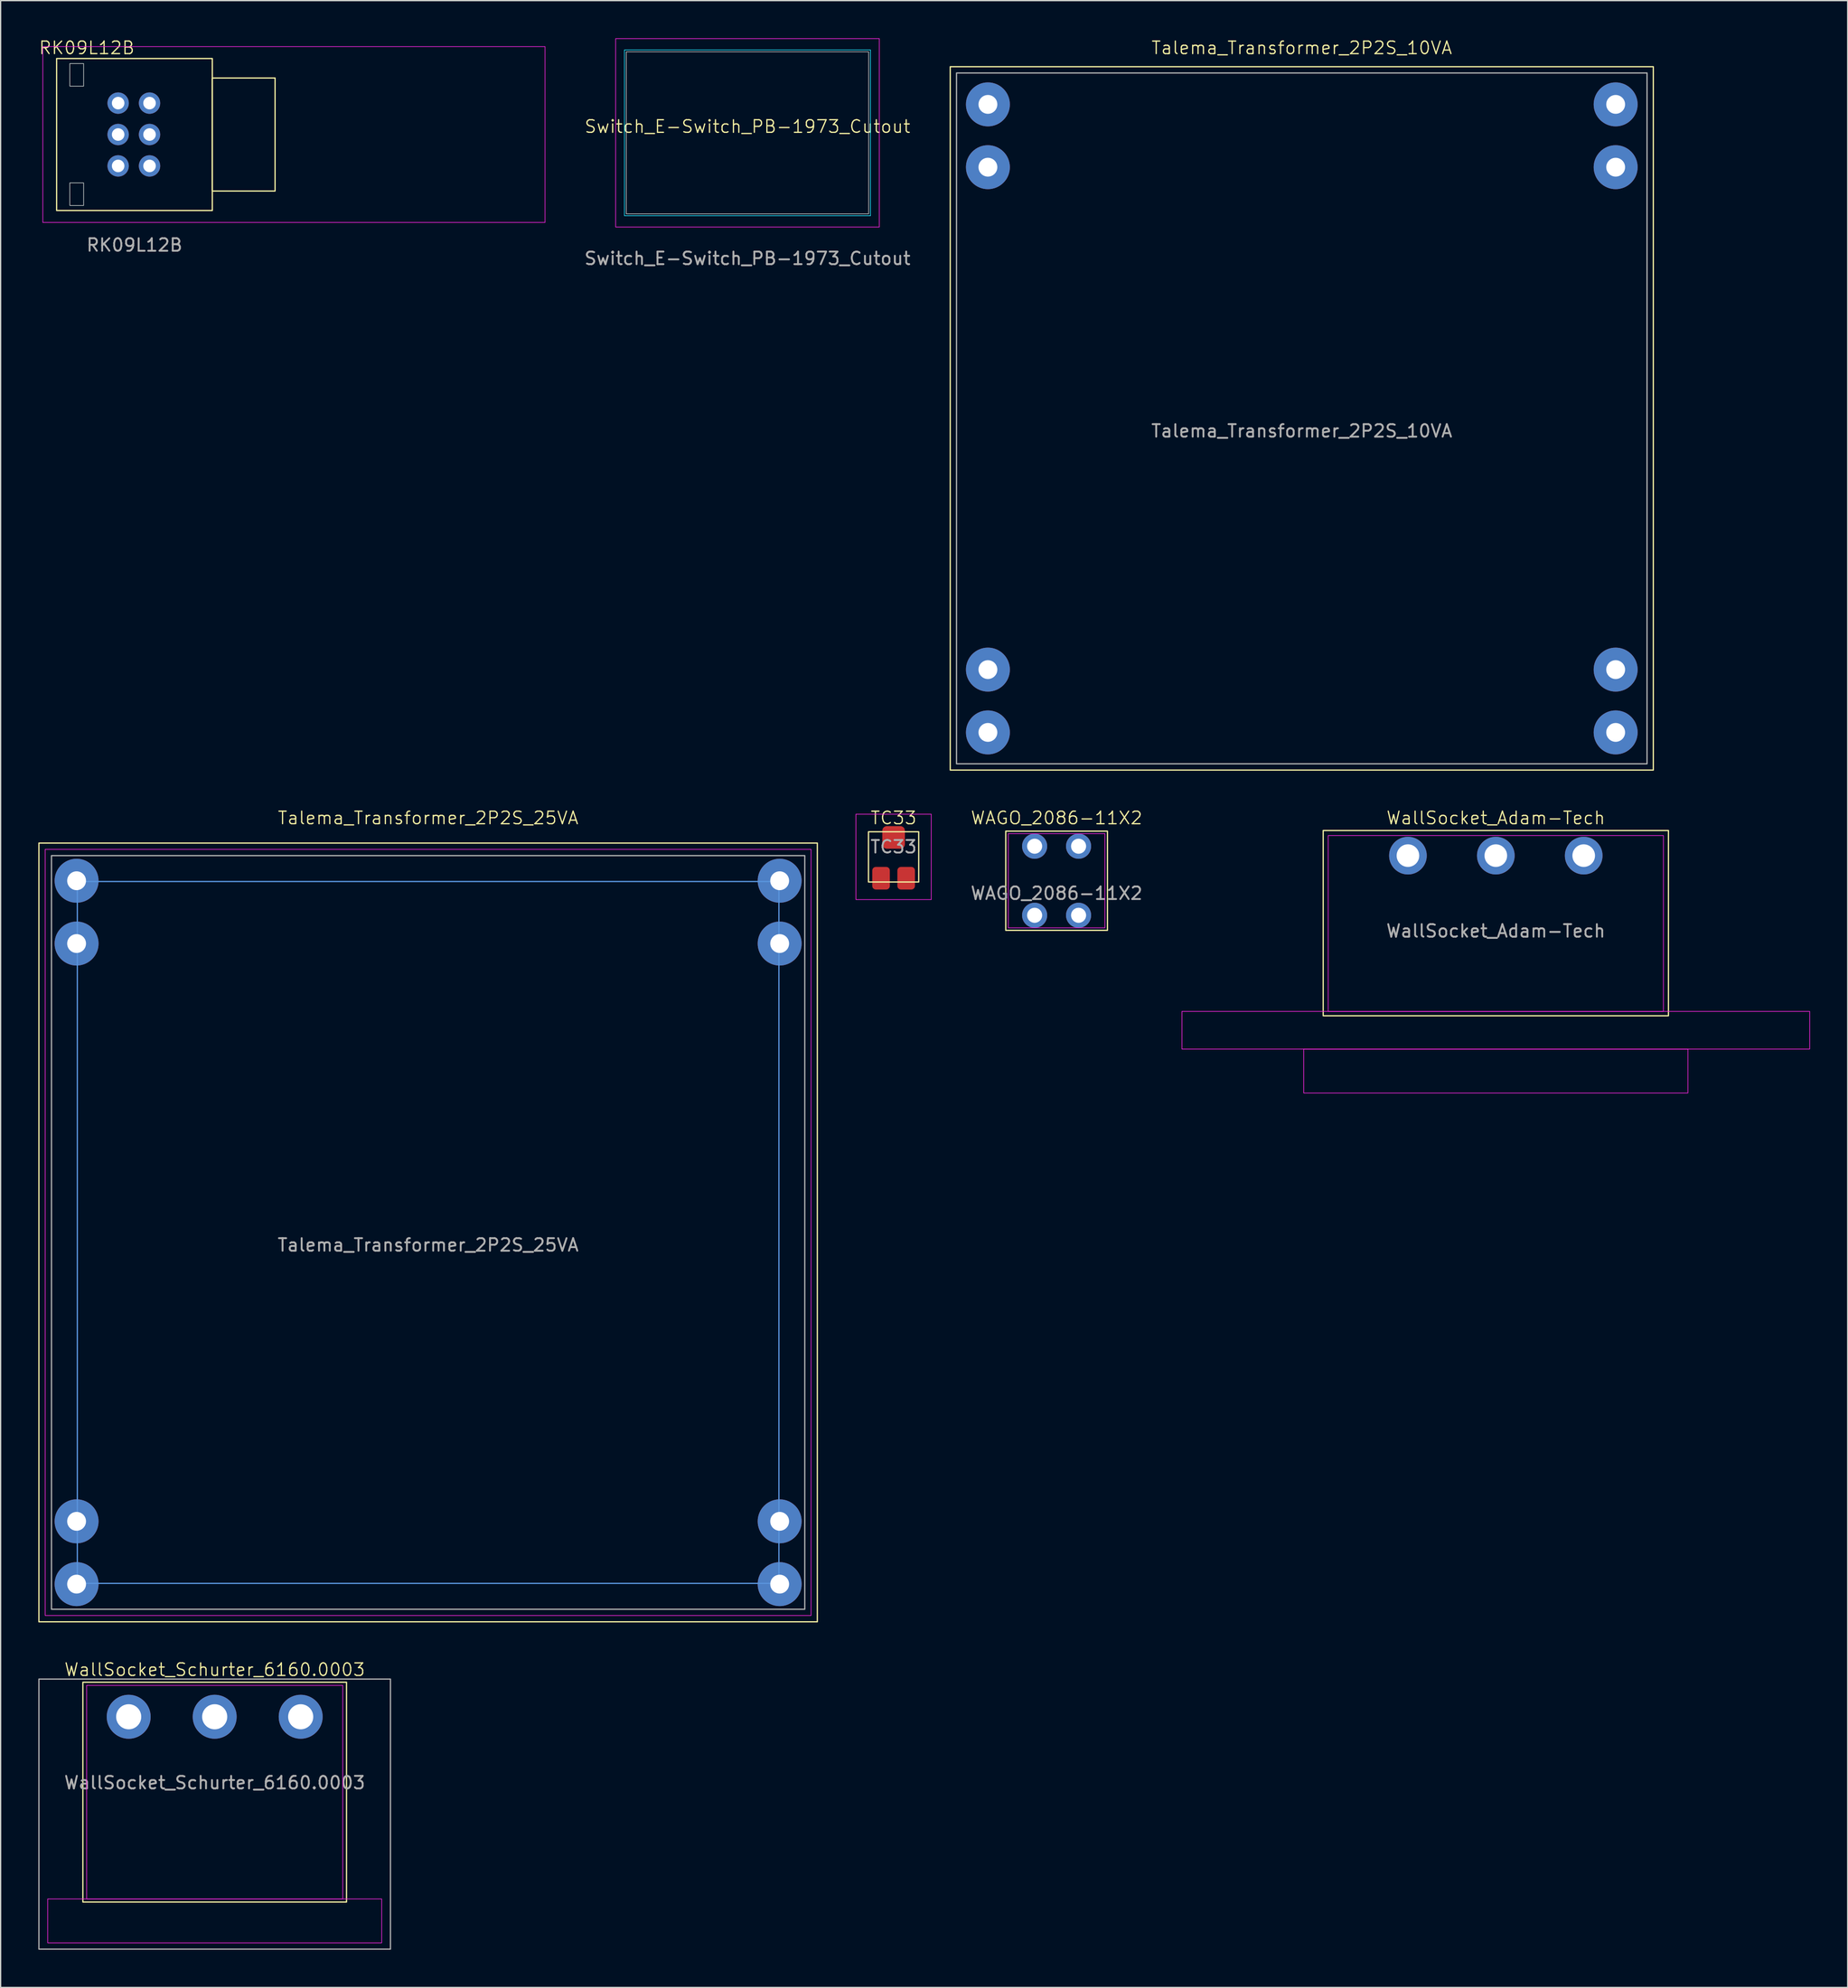
<source format=kicad_pcb>
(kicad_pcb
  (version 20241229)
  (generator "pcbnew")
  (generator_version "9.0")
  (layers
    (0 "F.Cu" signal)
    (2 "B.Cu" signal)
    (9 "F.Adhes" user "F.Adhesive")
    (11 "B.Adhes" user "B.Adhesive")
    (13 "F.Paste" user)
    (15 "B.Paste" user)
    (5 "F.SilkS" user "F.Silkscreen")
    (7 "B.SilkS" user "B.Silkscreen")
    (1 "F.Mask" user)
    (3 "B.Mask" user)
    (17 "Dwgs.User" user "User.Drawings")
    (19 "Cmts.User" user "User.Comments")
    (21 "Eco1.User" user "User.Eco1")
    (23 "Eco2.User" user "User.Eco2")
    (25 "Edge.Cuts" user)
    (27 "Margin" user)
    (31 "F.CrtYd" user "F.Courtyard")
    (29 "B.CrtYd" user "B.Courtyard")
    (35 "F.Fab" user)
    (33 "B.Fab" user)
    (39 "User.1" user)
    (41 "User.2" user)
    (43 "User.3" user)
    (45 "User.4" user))
  (footprint "WallSocket_Schurter_6160.0003"
    (layer "F.Cu")
    (at 14.05 133.631)
    (property "Reference" "WallSocket_Schurter_6160.0003" (at 0 -3.75 0) (unlocked yes) (layer "F.SilkS") (effects (font (size 1 1) (thickness 0.1))))
    (attr through_hole)
    (fp_rect (start -10.5 -2.75) (end 10.5 14.75) (stroke (width 0.1) (type default)) (fill no) (layer "F.SilkS"))
    (fp_rect (start -13.3 14.5) (end 13.3 18) (stroke (width 0.05) (type default)) (fill no) (layer "F.CrtYd"))
    (fp_rect (start -10.2 -2.5) (end 10.2 14.5) (stroke (width 0.05) (type default)) (fill no) (layer "F.CrtYd"))
    (fp_rect (start -14 18.5) (end 14 -3) (stroke (width 0.1) (type default)) (fill no) (layer "F.Fab"))
    (fp_text user "${REFERENCE}" (at 0 5.25 0) (unlocked yes) (layer "F.Fab") (effects (font (size 1 1) (thickness 0.15))))
    (pad "1" thru_hole circle (at -6.85 0) (size 3.5 3.5) (drill 2) (layers "*.Cu" "*.Mask"))
    (pad "2" thru_hole circle (at 6.85 0) (size 3.5 3.5) (drill 2) (layers "*.Cu" "*.Mask"))
    (pad "3" thru_hole circle (at 0 0) (size 3.5 3.5) (drill 2) (layers "*.Cu" "*.Mask")))
  (footprint "WAGO_2086-11X2"
    (layer "F.Cu")
    (at 81.108 67.071)
    (property "Reference" "WAGO_2086-11X2" (at 0 -5 0) (unlocked yes) (layer "F.SilkS") (effects (font (size 1 1) (thickness 0.1))))
    (attr through_hole)
    (fp_rect (start -4.05 -3.95) (end 4.05 3.95) (stroke (width 0.1) (type default)) (fill no) (layer "F.SilkS"))
    (fp_rect (start -3.85 -3.75) (end 3.85 3.75) (stroke (width 0.05) (type default)) (fill no) (layer "F.CrtYd"))
    (fp_text user "${REFERENCE}" (at 0 1 0) (unlocked yes) (layer "F.Fab") (effects (font (size 1 1) (thickness 0.15))))
    (pad "1" thru_hole circle (at -1.75 -2.75) (size 2 2) (drill 1.2) (layers "*.Cu" "*.Mask"))
    (pad "1" thru_hole circle (at -1.75 2.75) (size 2 2) (drill 1.2) (layers "*.Cu" "*.Mask"))
    (pad "2" thru_hole circle (at 1.75 -2.75) (size 2 2) (drill 1.2) (layers "*.Cu" "*.Mask"))
    (pad "2" thru_hole circle (at 1.75 2.75) (size 2 2) (drill 1.2) (layers "*.Cu" "*.Mask")))
  (footprint "RK09L12B"
    (layer "F.Cu")
    (at 6.36 7.66)
    (property "Reference" "RK09L12B" (at -2.5 -6.9 0) (unlocked yes) (layer "F.SilkS") (effects (font (size 1 1) (thickness 0.1))))
    (attr through_hole)
    (fp_rect (start -4.9 -6.05) (end 7.5 6.05) (stroke (width 0.1) (type default)) (fill no) (layer "F.SilkS"))
    (fp_rect (start 12.5 -4.5) (end 7.5 4.5) (stroke (width 0.1) (type default)) (fill no) (layer "F.SilkS"))
    (fp_rect (start -3.85 -5.65) (end -2.75 -3.85) (stroke (width 0.05) (type default)) (fill no) (layer "Edge.Cuts"))
    (fp_rect (start -3.85 3.85) (end -2.75 5.65) (stroke (width 0.05) (type default)) (fill no) (layer "Edge.Cuts"))
    (fp_rect (start -6 -7) (end 34 7) (stroke (width 0.05) (type default)) (fill no) (layer "F.CrtYd"))
    (fp_text user "${REFERENCE}" (at 1.3 8.8 0) (unlocked yes) (layer "F.Fab") (effects (font (size 1 1) (thickness 0.15))))
    (pad "1" thru_hole circle (at 0 -2.5) (size 1.7 1.7) (drill 1) (layers "*.Cu" "*.Mask"))
    (pad "2" thru_hole circle (at 0 0) (size 1.7 1.7) (drill 1) (layers "*.Cu" "*.Mask"))
    (pad "3" thru_hole circle (at 0 2.5) (size 1.7 1.7) (drill 1) (layers "*.Cu" "*.Mask"))
    (pad "4" thru_hole circle (at 2.5 -2.5) (size 1.7 1.7) (drill 1) (layers "*.Cu" "*.Mask"))
    (pad "5" thru_hole circle (at 2.5 0) (size 1.7 1.7) (drill 1) (layers "*.Cu" "*.Mask"))
    (pad "6" thru_hole circle (at 2.5 2.5) (size 1.7 1.7) (drill 1) (layers "*.Cu" "*.Mask"))
    (zone (net_name "") (layers "F.Cu" "F.Mask" "B.Cu" "B.Mask") (name "mounting") (hatch edge 0.4) (connect_pads) (min_thickness 0.25) (filled_areas_thickness no) (keepout (tracks not_allowed) (vias not_allowed) (pads not_allowed) (copperpour not_allowed) (footprints not_allowed)) (placement (enabled no)) (fill) (polygon (pts (xy 2.26 1.76) (xy 2.26 4.061) (xy 3.86 4.061) (xy 3.86 1.76))))
    (zone (net_name "") (layers "F.Cu" "F.Mask" "B.Cu" "B.Mask") (name "mounting") (hatch edge 0.4) (connect_pads) (min_thickness 0.25) (filled_areas_thickness no) (keepout (tracks not_allowed) (vias not_allowed) (pads not_allowed) (copperpour not_allowed) (footprints not_allowed)) (placement (enabled no)) (fill) (polygon (pts (xy 2.26 11.261) (xy 2.26 13.56) (xy 3.86 13.56) (xy 3.86 11.261)))))
  (footprint "WallSocket_Adam-Tech"
    (layer "F.Cu")
    (at 116.092 65.071)
    (property "Reference" "WallSocket_Adam-Tech" (at 0 -3 0) (unlocked yes) (layer "F.SilkS") (effects (font (size 1 1) (thickness 0.1))))
    (attr through_hole)
    (fp_rect (start -13.75 -2) (end 13.75 12.75) (stroke (width 0.1) (type default)) (fill no) (layer "F.SilkS"))
    (fp_rect (start -25 12.4) (end 25 15.4) (stroke (width 0.05) (type default)) (fill no) (layer "F.CrtYd"))
    (fp_rect (start -15.3 15.4) (end 15.3 18.9) (stroke (width 0.05) (type default)) (fill no) (layer "F.CrtYd"))
    (fp_rect (start -13.35 -1.6) (end 13.35 12.4) (stroke (width 0.05) (type default)) (fill no) (layer "F.CrtYd"))
    (fp_text user "${REFERENCE}" (at 0 6 0) (unlocked yes) (layer "F.Fab") (effects (font (size 1 1) (thickness 0.15))))
    (pad "1" thru_hole circle (at -7 0) (size 3 3) (drill 1.8) (layers "*.Cu" "*.Mask"))
    (pad "2" thru_hole circle (at 7 0) (size 3 3) (drill 1.8) (layers "*.Cu" "*.Mask"))
    (pad "3" thru_hole circle (at 0 0) (size 3 3) (drill 1.8) (layers "*.Cu" "*.Mask")))
  (footprint "TC33"
    (layer "F.Cu")
    (at 68.125 65.071)
    (property "Reference" "TC33" (at 0 -3 0) (unlocked yes) (layer "F.SilkS") (effects (font (size 1 1) (thickness 0.1))))
    (attr smd)
    (fp_rect (start -2 -1.9) (end 2 2.1) (stroke (width 0.1) (type default)) (fill no) (layer "F.SilkS"))
    (fp_rect (start -3 -3.3) (end 3 3.5) (stroke (width 0.05) (type default)) (fill no) (layer "F.CrtYd"))
    (fp_text user "${REFERENCE}" (at 0 -0.7 0) (unlocked yes) (layer "F.Fab") (effects (font (size 1 1) (thickness 0.15))))
    (pad "1" smd roundrect (at -1 1.8) (size 1.4 1.8) (layers "F.Cu" "F.Mask" "F.Paste") (roundrect_rratio 0.2))
    (pad "2" smd roundrect (at 0 -1.45) (size 1.8 1.8) (layers "F.Cu" "F.Mask" "F.Paste") (roundrect_rratio 0.2))
    (pad "3" smd roundrect (at 1 1.8) (size 1.4 1.8) (layers "F.Cu" "F.Mask" "F.Paste") (roundrect_rratio 0.2)))
  (footprint "Talema_Transformer_2P2S_10VA"
    (layer "F.Cu")
    (at 100.637 30.261)
    (property "Reference" "Talema_Transformer_2P2S_10VA" (at 0 -29.5 0) (unlocked yes) (layer "F.SilkS") (effects (font (size 1 1) (thickness 0.1))))
    (attr through_hole)
    (fp_rect (start -28 -28) (end 28 28) (stroke (width 0.1) (type default)) (fill no) (layer "F.SilkS"))
    (fp_rect (start -27.5 -27.5) (end 27.5 27.5) (stroke (width 0.1) (type default)) (fill no) (layer "F.Fab"))
    (fp_text user "${REFERENCE}" (at 0 1 0) (unlocked yes) (layer "F.Fab") (effects (font (size 1 1) (thickness 0.15))))
    (pad "1" thru_hole circle (at -25 -25) (size 3.5 3.5) (drill 1.5) (layers "*.Cu" "*.Mask"))
    (pad "1" thru_hole circle (at -25 -20) (size 3.5 3.5) (drill 1.5) (layers "*.Cu" "*.Mask"))
    (pad "1" thru_hole circle (at -25 20) (size 3.5 3.5) (drill 1.5) (layers "*.Cu" "*.Mask"))
    (pad "1" thru_hole circle (at -25 25) (size 3.5 3.5) (drill 1.5) (layers "*.Cu" "*.Mask"))
    (pad "1" thru_hole circle (at 25 -25) (size 3.5 3.5) (drill 1.5) (layers "*.Cu" "*.Mask"))
    (pad "1" thru_hole circle (at 25 -20) (size 3.5 3.5) (drill 1.5) (layers "*.Cu" "*.Mask"))
    (pad "1" thru_hole circle (at 25 20) (size 3.5 3.5) (drill 1.5) (layers "*.Cu" "*.Mask"))
    (pad "1" thru_hole circle (at 25 25) (size 3.5 3.5) (drill 1.5) (layers "*.Cu" "*.Mask")))
  (footprint "Switch_E-Switch_PB-1973_Cutout"
    (layer "F.Cu")
    (at 56.486 7.525)
    (property "Reference" "Switch_E-Switch_PB-1973_Cutout" (at 0 -0.5 0) (unlocked yes) (layer "F.SilkS") (effects (font (size 1 1) (thickness 0.1))))
    (fp_rect (start -9.65 -6.45) (end 9.65 6.45) (stroke (width 0.05) (type default)) (fill no) (layer "Edge.Cuts"))
    (fp_rect (start -9.8 -6.6) (end 9.8 6.6) (stroke (width 0.05) (type default)) (fill no) (layer "B.CrtYd"))
    (fp_rect (start -10.5 -7.5) (end 10.5 7.5) (stroke (width 0.05) (type default)) (fill no) (layer "F.CrtYd"))
    (fp_text user "${REFERENCE}" (at 0 10 0) (unlocked yes) (layer "F.Fab") (effects (font (size 1 1) (thickness 0.15)))))
  (footprint "Talema_Transformer_2P2S_25VA"
    (layer "F.Cu")
    (at 31.05 95.071)
    (property "Reference" "Talema_Transformer_2P2S_25VA" (at 0 -33 0) (unlocked yes) (layer "F.SilkS") (effects (font (size 1 1) (thickness 0.1))))
    (attr through_hole)
    (fp_rect (start -31 -31) (end 31 31) (stroke (width 0.1) (type default)) (fill no) (layer "F.SilkS"))
    (fp_rect (start -27.94 -27.94) (end 27.94 27.94) (stroke (width 0.1) (type default)) (fill no) (layer "Cmts.User"))
    (fp_rect (start -30.5 -30.5) (end 30.5 30.5) (stroke (width 0.05) (type default)) (fill no) (layer "F.CrtYd"))
    (fp_rect (start -30 -30) (end 30 30) (stroke (width 0.1) (type default)) (fill no) (layer "F.Fab"))
    (fp_text user "${REFERENCE}" (at 0 1 0) (unlocked yes) (layer "F.Fab") (effects (font (size 1 1) (thickness 0.15))))
    (pad "1" thru_hole circle (at -28 -28) (size 3.5 3.5) (drill 1.5) (layers "*.Cu" "*.Mask"))
    (pad "1" thru_hole circle (at -28 -23) (size 3.5 3.5) (drill 1.5) (layers "*.Cu" "*.Mask"))
    (pad "1" thru_hole circle (at -28 23) (size 3.5 3.5) (drill 1.5) (layers "*.Cu" "*.Mask"))
    (pad "1" thru_hole circle (at -28 28) (size 3.5 3.5) (drill 1.5) (layers "*.Cu" "*.Mask"))
    (pad "1" thru_hole circle (at 28 -28) (size 3.5 3.5) (drill 1.5) (layers "*.Cu" "*.Mask"))
    (pad "1" thru_hole circle (at 28 -23) (size 3.5 3.5) (drill 1.5) (layers "*.Cu" "*.Mask"))
    (pad "1" thru_hole circle (at 28 23) (size 3.5 3.5) (drill 1.5) (layers "*.Cu" "*.Mask"))
    (pad "1" thru_hole circle (at 28 28) (size 3.5 3.5) (drill 1.5) (layers "*.Cu" "*.Mask")))
  (gr_rect
    (start -3 -3)
    (end 144.117 155.181)
    (stroke (width 0.1) (type default))
    (fill no)
    (layer "Edge.Cuts")))
</source>
